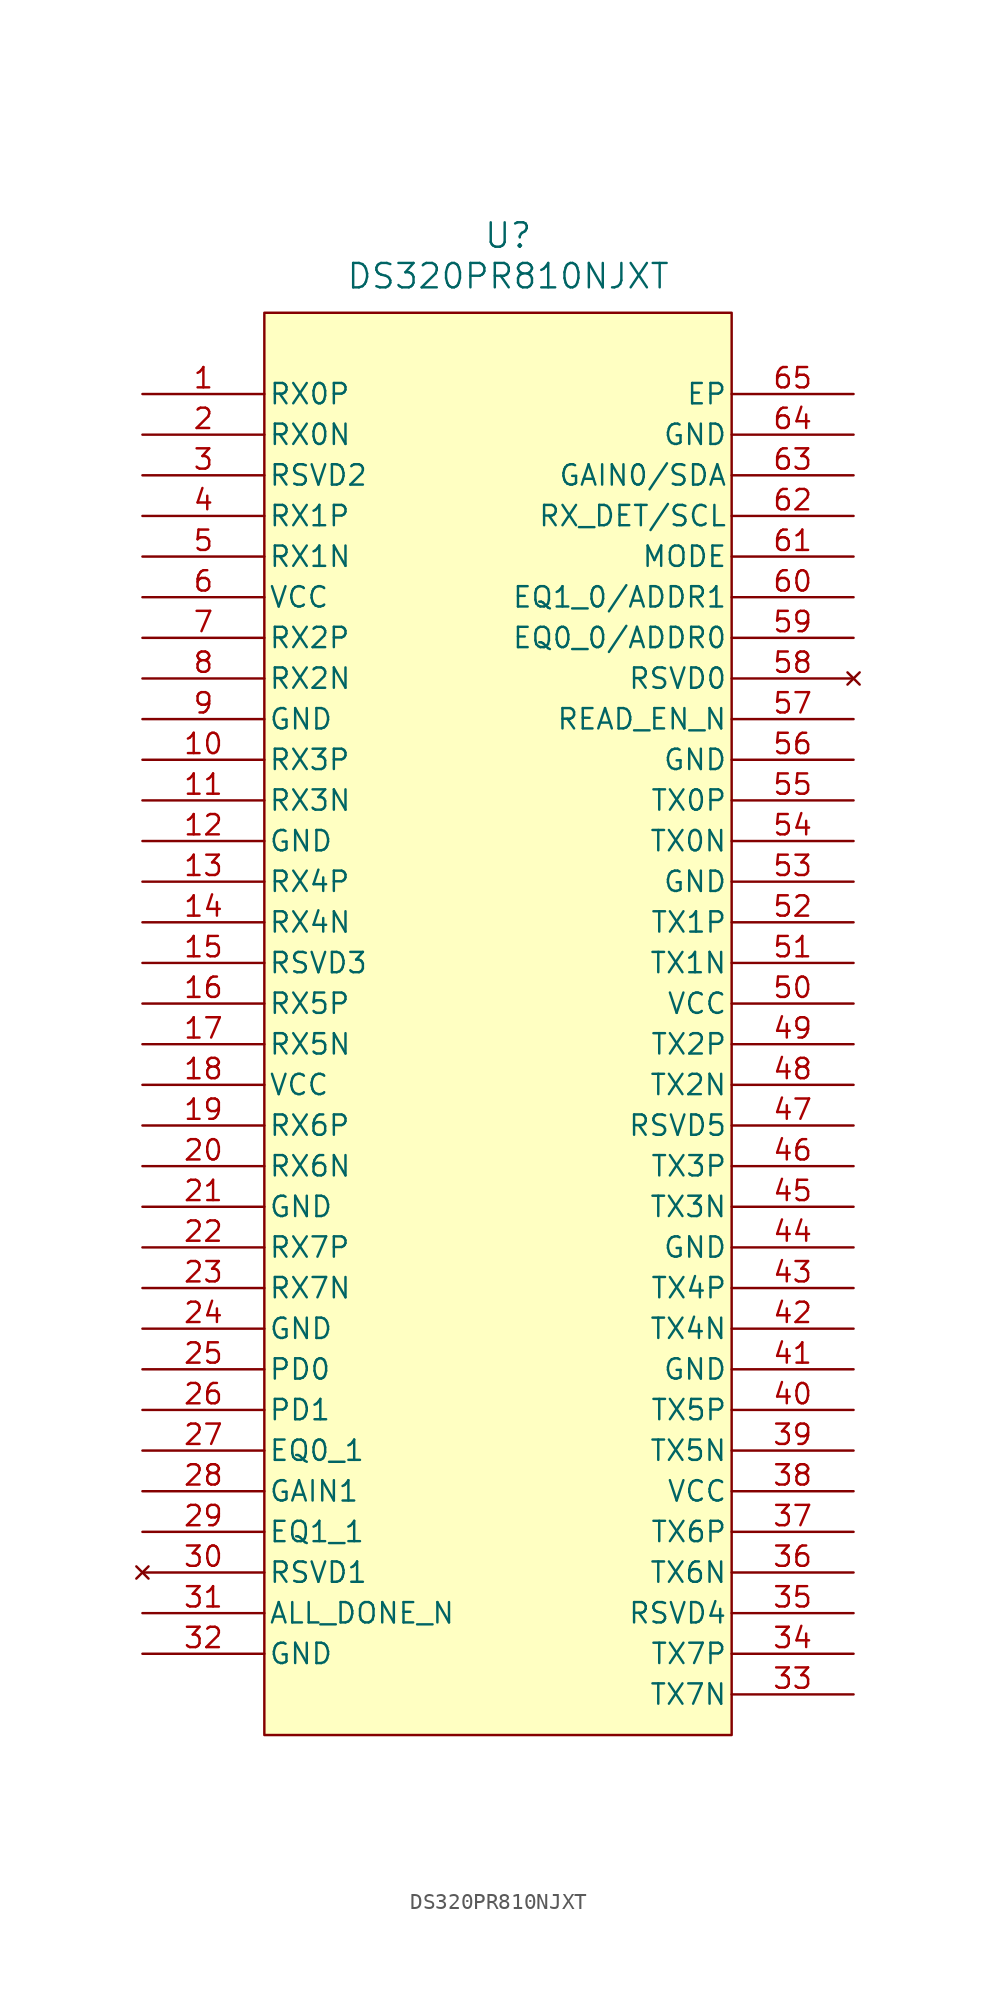
<source format=kicad_sym>
(kicad_symbol_lib
  (version 20241209)
  (generator "kicad_symbol_editor")
  (generator_version "9.0")
  (symbol "DS320PR810NJXT"
    (pin_names
      (offset 0.254))
    (property "Reference" "U"
      (at 0 22.606 0)
      (effects (font (size 1.524 1.524))))
    (property "Value" "DS320PR810NJXT"
      (at 0 20.066 0)
      (effects (font (size 1.524 1.524))))
    (property "ki_locked" ""
      (at 0 0 0)
      (effects (font (size 1.27 1.27))))
    (symbol "DS320PR810NJXT_0_1"
      (pin input line (at -22.86 12.7 0) (length 7.62) (name "RX0P" (effects (font (size 1.27 1.27)))) (number "1" (effects (font (size 1.27 1.27)))))
      (pin input line (at -22.86 10.16 0) (length 7.62) (name "RX0N" (effects (font (size 1.27 1.27)))) (number "2" (effects (font (size 1.27 1.27)))))
      (pin unspecified line (at -22.86 7.62 0) (length 7.62) (name "RSVD2" (effects (font (size 1.27 1.27)))) (number "3" (effects (font (size 1.27 1.27)))))
      (pin input line (at -22.86 5.08 0) (length 7.62) (name "RX1P" (effects (font (size 1.27 1.27)))) (number "4" (effects (font (size 1.27 1.27)))))
      (pin input line (at -22.86 2.54 0) (length 7.62) (name "RX1N" (effects (font (size 1.27 1.27)))) (number "5" (effects (font (size 1.27 1.27)))))
      (pin power_in line (at -22.86 0 0) (length 7.62) (name "VCC" (effects (font (size 1.27 1.27)))) (number "6" (effects (font (size 1.27 1.27)))))
      (pin input line (at -22.86 -2.54 0) (length 7.62) (name "RX2P" (effects (font (size 1.27 1.27)))) (number "7" (effects (font (size 1.27 1.27)))))
      (pin input line (at -22.86 -5.08 0) (length 7.62) (name "RX2N" (effects (font (size 1.27 1.27)))) (number "8" (effects (font (size 1.27 1.27)))))
      (pin power_out line (at -22.86 -7.62 0) (length 7.62) (name "GND" (effects (font (size 1.27 1.27)))) (number "9" (effects (font (size 1.27 1.27)))))
      (pin input line (at -22.86 -10.16 0) (length 7.62) (name "RX3P" (effects (font (size 1.27 1.27)))) (number "10" (effects (font (size 1.27 1.27)))))
      (pin input line (at -22.86 -12.7 0) (length 7.62) (name "RX3N" (effects (font (size 1.27 1.27)))) (number "11" (effects (font (size 1.27 1.27)))))
      (pin power_out line (at -22.86 -15.24 0) (length 7.62) (name "GND" (effects (font (size 1.27 1.27)))) (number "12" (effects (font (size 1.27 1.27)))))
      (pin input line (at -22.86 -17.78 0) (length 7.62) (name "RX4P" (effects (font (size 1.27 1.27)))) (number "13" (effects (font (size 1.27 1.27)))))
      (pin input line (at -22.86 -20.32 0) (length 7.62) (name "RX4N" (effects (font (size 1.27 1.27)))) (number "14" (effects (font (size 1.27 1.27)))))
      (pin unspecified line (at -22.86 -22.86 0) (length 7.62) (name "RSVD3" (effects (font (size 1.27 1.27)))) (number "15" (effects (font (size 1.27 1.27)))))
      (pin input line (at -22.86 -25.4 0) (length 7.62) (name "RX5P" (effects (font (size 1.27 1.27)))) (number "16" (effects (font (size 1.27 1.27)))))
      (pin input line (at -22.86 -27.94 0) (length 7.62) (name "RX5N" (effects (font (size 1.27 1.27)))) (number "17" (effects (font (size 1.27 1.27)))))
      (pin power_in line (at -22.86 -30.48 0) (length 7.62) (name "VCC" (effects (font (size 1.27 1.27)))) (number "18" (effects (font (size 1.27 1.27)))))
      (pin input line (at -22.86 -33.02 0) (length 7.62) (name "RX6P" (effects (font (size 1.27 1.27)))) (number "19" (effects (font (size 1.27 1.27)))))
      (pin input line (at -22.86 -35.56 0) (length 7.62) (name "RX6N" (effects (font (size 1.27 1.27)))) (number "20" (effects (font (size 1.27 1.27)))))
      (pin power_out line (at -22.86 -38.1 0) (length 7.62) (name "GND" (effects (font (size 1.27 1.27)))) (number "21" (effects (font (size 1.27 1.27)))))
      (pin input line (at -22.86 -40.64 0) (length 7.62) (name "RX7P" (effects (font (size 1.27 1.27)))) (number "22" (effects (font (size 1.27 1.27)))))
      (pin input line (at -22.86 -43.18 0) (length 7.62) (name "RX7N" (effects (font (size 1.27 1.27)))) (number "23" (effects (font (size 1.27 1.27)))))
      (pin power_out line (at -22.86 -45.72 0) (length 7.62) (name "GND" (effects (font (size 1.27 1.27)))) (number "24" (effects (font (size 1.27 1.27)))))
      (pin input line (at -22.86 -48.26 0) (length 7.62) (name "PD0" (effects (font (size 1.27 1.27)))) (number "25" (effects (font (size 1.27 1.27)))))
      (pin input line (at -22.86 -50.8 0) (length 7.62) (name "PD1" (effects (font (size 1.27 1.27)))) (number "26" (effects (font (size 1.27 1.27)))))
      (pin input line (at -22.86 -53.34 0) (length 7.62) (name "EQ0_1" (effects (font (size 1.27 1.27)))) (number "27" (effects (font (size 1.27 1.27)))))
      (pin input line (at -22.86 -55.88 0) (length 7.62) (name "GAIN1" (effects (font (size 1.27 1.27)))) (number "28" (effects (font (size 1.27 1.27)))))
      (pin input line (at -22.86 -58.42 0) (length 7.62) (name "EQ1_1" (effects (font (size 1.27 1.27)))) (number "29" (effects (font (size 1.27 1.27)))))
      (pin no_connect line (at -22.86 -60.96 0) (length 7.62) (name "RSVD1" (effects (font (size 1.27 1.27)))) (number "30" (effects (font (size 1.27 1.27)))))
      (pin output line (at -22.86 -63.5 0) (length 7.62) (name "ALL_DONE_N" (effects (font (size 1.27 1.27)))) (number "31" (effects (font (size 1.27 1.27)))))
      (pin power_out line (at -22.86 -66.04 0) (length 7.62) (name "GND" (effects (font (size 1.27 1.27)))) (number "32" (effects (font (size 1.27 1.27)))))
      (pin power_out line (at 21.59 12.7 180) (length 7.62) (name "EP" (effects (font (size 1.27 1.27)))) (number "65" (effects (font (size 1.27 1.27)))))
      (pin power_out line (at 21.59 10.16 180) (length 7.62) (name "GND" (effects (font (size 1.27 1.27)))) (number "64" (effects (font (size 1.27 1.27)))))
      (pin unspecified line (at 21.59 7.62 180) (length 7.62) (name "GAIN0/SDA" (effects (font (size 1.27 1.27)))) (number "63" (effects (font (size 1.27 1.27)))))
      (pin unspecified line (at 21.59 5.08 180) (length 7.62) (name "RX_DET/SCL" (effects (font (size 1.27 1.27)))) (number "62" (effects (font (size 1.27 1.27)))))
      (pin input line (at 21.59 2.54 180) (length 7.62) (name "MODE" (effects (font (size 1.27 1.27)))) (number "61" (effects (font (size 1.27 1.27)))))
      (pin input line (at 21.59 0 180) (length 7.62) (name "EQ1_0/ADDR1" (effects (font (size 1.27 1.27)))) (number "60" (effects (font (size 1.27 1.27)))))
      (pin input line (at 21.59 -2.54 180) (length 7.62) (name "EQ0_0/ADDR0" (effects (font (size 1.27 1.27)))) (number "59" (effects (font (size 1.27 1.27)))))
      (pin input line (at 21.59 -7.62 180) (length 7.62) (name "READ_EN_N" (effects (font (size 1.27 1.27)))) (number "57" (effects (font (size 1.27 1.27)))))
      (pin power_out line (at 21.59 -10.16 180) (length 7.62) (name "GND" (effects (font (size 1.27 1.27)))) (number "56" (effects (font (size 1.27 1.27)))))
      (pin output line (at 21.59 -12.7 180) (length 7.62) (name "TX0P" (effects (font (size 1.27 1.27)))) (number "55" (effects (font (size 1.27 1.27)))))
      (pin output line (at 21.59 -15.24 180) (length 7.62) (name "TX0N" (effects (font (size 1.27 1.27)))) (number "54" (effects (font (size 1.27 1.27)))))
      (pin power_out line (at 21.59 -17.78 180) (length 7.62) (name "GND" (effects (font (size 1.27 1.27)))) (number "53" (effects (font (size 1.27 1.27)))))
      (pin output line (at 21.59 -20.32 180) (length 7.62) (name "TX1P" (effects (font (size 1.27 1.27)))) (number "52" (effects (font (size 1.27 1.27)))))
      (pin output line (at 21.59 -22.86 180) (length 7.62) (name "TX1N" (effects (font (size 1.27 1.27)))) (number "51" (effects (font (size 1.27 1.27)))))
      (pin power_in line (at 21.59 -25.4 180) (length 7.62) (name "VCC" (effects (font (size 1.27 1.27)))) (number "50" (effects (font (size 1.27 1.27)))))
      (pin output line (at 21.59 -27.94 180) (length 7.62) (name "TX2P" (effects (font (size 1.27 1.27)))) (number "49" (effects (font (size 1.27 1.27)))))
      (pin output line (at 21.59 -30.48 180) (length 7.62) (name "TX2N" (effects (font (size 1.27 1.27)))) (number "48" (effects (font (size 1.27 1.27)))))
      (pin unspecified line (at 21.59 -33.02 180) (length 7.62) (name "RSVD5" (effects (font (size 1.27 1.27)))) (number "47" (effects (font (size 1.27 1.27)))))
      (pin output line (at 21.59 -35.56 180) (length 7.62) (name "TX3P" (effects (font (size 1.27 1.27)))) (number "46" (effects (font (size 1.27 1.27)))))
      (pin output line (at 21.59 -38.1 180) (length 7.62) (name "TX3N" (effects (font (size 1.27 1.27)))) (number "45" (effects (font (size 1.27 1.27)))))
      (pin power_out line (at 21.59 -40.64 180) (length 7.62) (name "GND" (effects (font (size 1.27 1.27)))) (number "44" (effects (font (size 1.27 1.27)))))
      (pin output line (at 21.59 -43.18 180) (length 7.62) (name "TX4P" (effects (font (size 1.27 1.27)))) (number "43" (effects (font (size 1.27 1.27)))))
      (pin output line (at 21.59 -45.72 180) (length 7.62) (name "TX4N" (effects (font (size 1.27 1.27)))) (number "42" (effects (font (size 1.27 1.27)))))
      (pin power_out line (at 21.59 -48.26 180) (length 7.62) (name "GND" (effects (font (size 1.27 1.27)))) (number "41" (effects (font (size 1.27 1.27)))))
      (pin output line (at 21.59 -50.8 180) (length 7.62) (name "TX5P" (effects (font (size 1.27 1.27)))) (number "40" (effects (font (size 1.27 1.27)))))
      (pin output line (at 21.59 -53.34 180) (length 7.62) (name "TX5N" (effects (font (size 1.27 1.27)))) (number "39" (effects (font (size 1.27 1.27)))))
      (pin power_in line (at 21.59 -55.88 180) (length 7.62) (name "VCC" (effects (font (size 1.27 1.27)))) (number "38" (effects (font (size 1.27 1.27)))))
      (pin output line (at 21.59 -58.42 180) (length 7.62) (name "TX6P" (effects (font (size 1.27 1.27)))) (number "37" (effects (font (size 1.27 1.27)))))
      (pin output line (at 21.59 -60.96 180) (length 7.62) (name "TX6N" (effects (font (size 1.27 1.27)))) (number "36" (effects (font (size 1.27 1.27)))))
      (pin unspecified line (at 21.59 -63.5 180) (length 7.62) (name "RSVD4" (effects (font (size 1.27 1.27)))) (number "35" (effects (font (size 1.27 1.27)))))
      (pin output line (at 21.59 -66.04 180) (length 7.62) (name "TX7P" (effects (font (size 1.27 1.27)))) (number "34" (effects (font (size 1.27 1.27)))))
      (pin output line (at 21.59 -68.58 180) (length 7.62) (name "TX7N" (effects (font (size 1.27 1.27)))) (number "33" (effects (font (size 1.27 1.27))))))
    (symbol "DS320PR810NJXT_1_1"
      (rectangle (start -15.24 17.78) (end 13.97 -71.12) (stroke (width 0) (type solid)) (fill (type background)))
      (pin no_connect line (at 21.59 -5.08 180) (length 7.62) (name "RSVD0" (effects (font (size 1.27 1.27)))) (number "58" (effects (font (size 1.27 1.27))))))))
</source>
